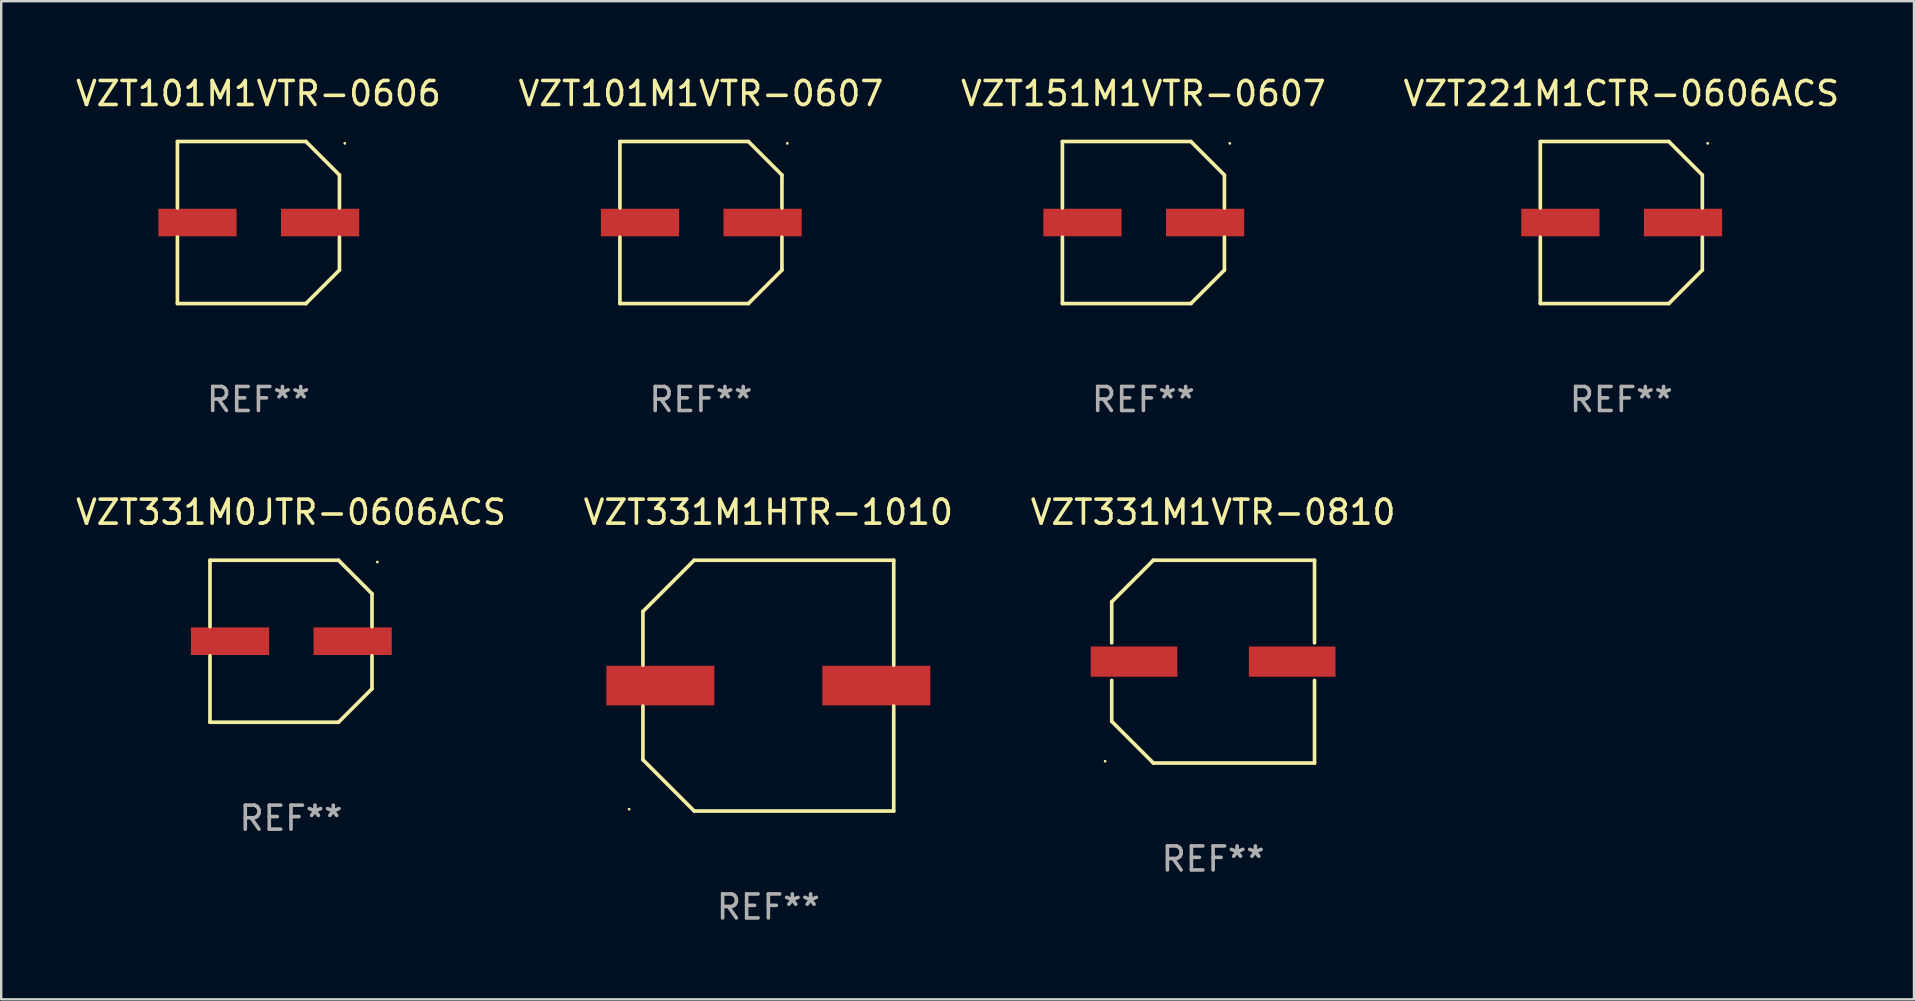
<source format=kicad_pcb>
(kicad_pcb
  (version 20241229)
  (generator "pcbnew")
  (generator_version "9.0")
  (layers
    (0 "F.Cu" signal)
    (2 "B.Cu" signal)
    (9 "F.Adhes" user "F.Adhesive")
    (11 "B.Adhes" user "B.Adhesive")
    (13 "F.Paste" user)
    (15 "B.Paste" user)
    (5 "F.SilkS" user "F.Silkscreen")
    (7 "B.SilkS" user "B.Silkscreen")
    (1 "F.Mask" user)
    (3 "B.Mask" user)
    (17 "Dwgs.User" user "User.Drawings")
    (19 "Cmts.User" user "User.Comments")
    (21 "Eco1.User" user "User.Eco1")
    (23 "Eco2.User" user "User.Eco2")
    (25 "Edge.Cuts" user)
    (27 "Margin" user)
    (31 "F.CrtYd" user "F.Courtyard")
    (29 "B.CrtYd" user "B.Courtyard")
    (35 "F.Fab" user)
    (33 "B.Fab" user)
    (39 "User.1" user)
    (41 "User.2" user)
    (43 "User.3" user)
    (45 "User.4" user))
  (footprint "VZT101M1VTR-0606"
    (layer "F.Cu")
    (at 7.72 6.224)
    (property "Reference" "VZT101M1VTR-0606" (at 0 -5.376 0) (layer "F.SilkS") (effects (font (size 1 1) (thickness 0.15))))
    (attr through_hole)
    (fp_line (start -3.376 -3.376) (end 1.98 -3.376) (stroke (width 0.152) (type solid)) (layer "F.SilkS"))
    (fp_line (start -3.376 -0.607) (end -3.376 -3.376) (stroke (width 0.152) (type solid)) (layer "F.SilkS"))
    (fp_line (start -3.376 0.607) (end -3.376 3.376) (stroke (width 0.152) (type solid)) (layer "F.SilkS"))
    (fp_line (start -3.376 3.376) (end 1.98 3.376) (stroke (width 0.152) (type solid)) (layer "F.SilkS"))
    (fp_line (start 1.98 -3.376) (end 3.376 -1.98) (stroke (width 0.152) (type solid)) (layer "F.SilkS"))
    (fp_line (start 1.98 3.376) (end 3.376 1.98) (stroke (width 0.152) (type solid)) (layer "F.SilkS"))
    (fp_line (start 3.376 -1.98) (end 3.376 -0.607) (stroke (width 0.152) (type solid)) (layer "F.SilkS"))
    (fp_line (start 3.376 1.98) (end 3.376 0.607) (stroke (width 0.152) (type solid)) (layer "F.SilkS"))
    (fp_circle (center 3.6 -3.3) (end 3.63 -3.3) (stroke (width 0.06) (type solid)) (fill no) (layer "F.SilkS"))
    (fp_text user "REF**" (at 0 7.376 0) (layer "F.Fab") (effects (font (size 1 1) (thickness 0.15))))
    (pad "1" smd rect (at 2.57 0 180) (size 3.26 1.15) (layers "F.Cu" "F.Mask" "F.Paste"))
    (pad "2" smd rect (at -2.54 0 180) (size 3.26 1.15) (layers "F.Cu" "F.Mask" "F.Paste")))
  (footprint "VZT151M1VTR-0607"
    (layer "F.Cu")
    (at 44.601 6.224)
    (property "Reference" "VZT151M1VTR-0607" (at 0 -5.376 0) (layer "F.SilkS") (effects (font (size 1 1) (thickness 0.15))))
    (attr through_hole)
    (fp_line (start -3.376 -3.376) (end 1.98 -3.376) (stroke (width 0.152) (type solid)) (layer "F.SilkS"))
    (fp_line (start -3.376 -0.607) (end -3.376 -3.376) (stroke (width 0.152) (type solid)) (layer "F.SilkS"))
    (fp_line (start -3.376 0.607) (end -3.376 3.376) (stroke (width 0.152) (type solid)) (layer "F.SilkS"))
    (fp_line (start -3.376 3.376) (end 1.98 3.376) (stroke (width 0.152) (type solid)) (layer "F.SilkS"))
    (fp_line (start 1.98 -3.376) (end 3.376 -1.98) (stroke (width 0.152) (type solid)) (layer "F.SilkS"))
    (fp_line (start 1.98 3.376) (end 3.376 1.98) (stroke (width 0.152) (type solid)) (layer "F.SilkS"))
    (fp_line (start 3.376 -1.98) (end 3.376 -0.607) (stroke (width 0.152) (type solid)) (layer "F.SilkS"))
    (fp_line (start 3.376 1.98) (end 3.376 0.607) (stroke (width 0.152) (type solid)) (layer "F.SilkS"))
    (fp_circle (center 3.6 -3.3) (end 3.63 -3.3) (stroke (width 0.06) (type solid)) (fill no) (layer "F.SilkS"))
    (fp_text user "REF**" (at 0 7.376 0) (layer "F.Fab") (effects (font (size 1 1) (thickness 0.15))))
    (pad "1" smd rect (at 2.57 0 180) (size 3.26 1.15) (layers "F.Cu" "F.Mask" "F.Paste"))
    (pad "2" smd rect (at -2.54 0 180) (size 3.26 1.15) (layers "F.Cu" "F.Mask" "F.Paste")))
  (footprint "VZT331M1HTR-1010"
    (layer "F.Cu")
    (at 28.97 25.523)
    (property "Reference" "VZT331M1HTR-1010" (at 0 -7.226 0) (layer "F.SilkS") (effects (font (size 1 1) (thickness 0.15))))
    (attr through_hole)
    (fp_line (start -5.226 -3.09) (end -5.226 -0.852) (stroke (width 0.152) (type solid)) (layer "F.SilkS"))
    (fp_line (start -5.226 3.09) (end -5.226 0.852) (stroke (width 0.152) (type solid)) (layer "F.SilkS"))
    (fp_line (start -3.09 -5.226) (end -5.226 -3.09) (stroke (width 0.152) (type solid)) (layer "F.SilkS"))
    (fp_line (start -3.09 5.226) (end -5.226 3.09) (stroke (width 0.152) (type solid)) (layer "F.SilkS"))
    (fp_line (start 5.226 -5.226) (end -3.09 -5.226) (stroke (width 0.152) (type solid)) (layer "F.SilkS"))
    (fp_line (start 5.226 -0.852) (end 5.226 -5.226) (stroke (width 0.152) (type solid)) (layer "F.SilkS"))
    (fp_line (start 5.226 0.852) (end 5.226 5.226) (stroke (width 0.152) (type solid)) (layer "F.SilkS"))
    (fp_line (start 5.226 5.226) (end -3.09 5.226) (stroke (width 0.152) (type solid)) (layer "F.SilkS"))
    (fp_circle (center -5.8 5.15) (end -5.77 5.15) (stroke (width 0.06) (type solid)) (fill no) (layer "F.SilkS"))
    (fp_text user "REF**" (at 0 9.226 0) (layer "F.Fab") (effects (font (size 1 1) (thickness 0.15))))
    (pad "1" smd rect (at -4.5 0) (size 4.5 1.65) (layers "F.Cu" "F.Mask" "F.Paste"))
    (pad "2" smd rect (at 4.5 0) (size 4.5 1.65) (layers "F.Cu" "F.Mask" "F.Paste")))
  (footprint "VZT221M1CTR-0606ACS"
    (layer "F.Cu")
    (at 64.518 6.224)
    (property "Reference" "VZT221M1CTR-0606ACS" (at 0 -5.376 0) (layer "F.SilkS") (effects (font (size 1 1) (thickness 0.15))))
    (attr through_hole)
    (fp_line (start -3.376 -3.376) (end 1.98 -3.376) (stroke (width 0.152) (type solid)) (layer "F.SilkS"))
    (fp_line (start -3.376 -0.607) (end -3.376 -3.376) (stroke (width 0.152) (type solid)) (layer "F.SilkS"))
    (fp_line (start -3.376 0.607) (end -3.376 3.376) (stroke (width 0.152) (type solid)) (layer "F.SilkS"))
    (fp_line (start -3.376 3.376) (end 1.98 3.376) (stroke (width 0.152) (type solid)) (layer "F.SilkS"))
    (fp_line (start 1.98 -3.376) (end 3.376 -1.98) (stroke (width 0.152) (type solid)) (layer "F.SilkS"))
    (fp_line (start 1.98 3.376) (end 3.376 1.98) (stroke (width 0.152) (type solid)) (layer "F.SilkS"))
    (fp_line (start 3.376 -1.98) (end 3.376 -0.607) (stroke (width 0.152) (type solid)) (layer "F.SilkS"))
    (fp_line (start 3.376 1.98) (end 3.376 0.607) (stroke (width 0.152) (type solid)) (layer "F.SilkS"))
    (fp_circle (center 3.6 -3.3) (end 3.63 -3.3) (stroke (width 0.06) (type solid)) (fill no) (layer "F.SilkS"))
    (fp_text user "REF**" (at 0 7.376 0) (layer "F.Fab") (effects (font (size 1 1) (thickness 0.15))))
    (pad "1" smd rect (at 2.57 0 180) (size 3.26 1.15) (layers "F.Cu" "F.Mask" "F.Paste"))
    (pad "2" smd rect (at -2.54 0 180) (size 3.26 1.15) (layers "F.Cu" "F.Mask" "F.Paste")))
  (footprint "VZT101M1VTR-0607"
    (layer "F.Cu")
    (at 26.161 6.224)
    (property "Reference" "VZT101M1VTR-0607" (at 0 -5.376 0) (layer "F.SilkS") (effects (font (size 1 1) (thickness 0.15))))
    (attr through_hole)
    (fp_line (start -3.376 -3.376) (end 1.98 -3.376) (stroke (width 0.152) (type solid)) (layer "F.SilkS"))
    (fp_line (start -3.376 -0.607) (end -3.376 -3.376) (stroke (width 0.152) (type solid)) (layer "F.SilkS"))
    (fp_line (start -3.376 0.607) (end -3.376 3.376) (stroke (width 0.152) (type solid)) (layer "F.SilkS"))
    (fp_line (start -3.376 3.376) (end 1.98 3.376) (stroke (width 0.152) (type solid)) (layer "F.SilkS"))
    (fp_line (start 1.98 -3.376) (end 3.376 -1.98) (stroke (width 0.152) (type solid)) (layer "F.SilkS"))
    (fp_line (start 1.98 3.376) (end 3.376 1.98) (stroke (width 0.152) (type solid)) (layer "F.SilkS"))
    (fp_line (start 3.376 -1.98) (end 3.376 -0.607) (stroke (width 0.152) (type solid)) (layer "F.SilkS"))
    (fp_line (start 3.376 1.98) (end 3.376 0.607) (stroke (width 0.152) (type solid)) (layer "F.SilkS"))
    (fp_circle (center 3.6 -3.3) (end 3.63 -3.3) (stroke (width 0.06) (type solid)) (fill no) (layer "F.SilkS"))
    (fp_text user "REF**" (at 0 7.376 0) (layer "F.Fab") (effects (font (size 1 1) (thickness 0.15))))
    (pad "1" smd rect (at 2.57 0 180) (size 3.26 1.15) (layers "F.Cu" "F.Mask" "F.Paste"))
    (pad "2" smd rect (at -2.54 0 180) (size 3.26 1.15) (layers "F.Cu" "F.Mask" "F.Paste")))
  (footprint "VZT331M0JTR-0606ACS"
    (layer "F.Cu")
    (at 9.077 23.673)
    (property "Reference" "VZT331M0JTR-0606ACS" (at 0 -5.376 0) (layer "F.SilkS") (effects (font (size 1 1) (thickness 0.15))))
    (attr through_hole)
    (fp_line (start -3.376 -3.376) (end 1.98 -3.376) (stroke (width 0.152) (type solid)) (layer "F.SilkS"))
    (fp_line (start -3.376 -0.607) (end -3.376 -3.376) (stroke (width 0.152) (type solid)) (layer "F.SilkS"))
    (fp_line (start -3.376 0.607) (end -3.376 3.376) (stroke (width 0.152) (type solid)) (layer "F.SilkS"))
    (fp_line (start -3.376 3.376) (end 1.98 3.376) (stroke (width 0.152) (type solid)) (layer "F.SilkS"))
    (fp_line (start 1.98 -3.376) (end 3.376 -1.98) (stroke (width 0.152) (type solid)) (layer "F.SilkS"))
    (fp_line (start 1.98 3.376) (end 3.376 1.98) (stroke (width 0.152) (type solid)) (layer "F.SilkS"))
    (fp_line (start 3.376 -1.98) (end 3.376 -0.607) (stroke (width 0.152) (type solid)) (layer "F.SilkS"))
    (fp_line (start 3.376 1.98) (end 3.376 0.607) (stroke (width 0.152) (type solid)) (layer "F.SilkS"))
    (fp_circle (center 3.6 -3.3) (end 3.63 -3.3) (stroke (width 0.06) (type solid)) (fill no) (layer "F.SilkS"))
    (fp_text user "REF**" (at 0 7.376 0) (layer "F.Fab") (effects (font (size 1 1) (thickness 0.15))))
    (pad "1" smd rect (at 2.57 0 180) (size 3.26 1.15) (layers "F.Cu" "F.Mask" "F.Paste"))
    (pad "2" smd rect (at -2.54 0 180) (size 3.26 1.15) (layers "F.Cu" "F.Mask" "F.Paste")))
  (footprint "VZT331M1VTR-0810"
    (layer "F.Cu")
    (at 47.506 24.523)
    (property "Reference" "VZT331M1VTR-0810" (at 0 -6.226 0) (layer "F.SilkS") (effects (font (size 1 1) (thickness 0.15))))
    (attr through_hole)
    (fp_line (start -4.226 -2.49) (end -4.226 -0.782) (stroke (width 0.152) (type solid)) (layer "F.SilkS"))
    (fp_line (start -4.226 2.49) (end -4.226 0.782) (stroke (width 0.152) (type solid)) (layer "F.SilkS"))
    (fp_line (start -2.49 -4.226) (end -4.226 -2.49) (stroke (width 0.152) (type solid)) (layer "F.SilkS"))
    (fp_line (start -2.49 4.226) (end -4.226 2.49) (stroke (width 0.152) (type solid)) (layer "F.SilkS"))
    (fp_line (start 4.226 -4.226) (end -2.49 -4.226) (stroke (width 0.152) (type solid)) (layer "F.SilkS"))
    (fp_line (start 4.226 -0.782) (end 4.226 -4.226) (stroke (width 0.152) (type solid)) (layer "F.SilkS"))
    (fp_line (start 4.226 0.782) (end 4.226 4.226) (stroke (width 0.152) (type solid)) (layer "F.SilkS"))
    (fp_line (start 4.226 4.226) (end -2.49 4.226) (stroke (width 0.152) (type solid)) (layer "F.SilkS"))
    (fp_circle (center -4.5 4.15) (end -4.47 4.15) (stroke (width 0.06) (type solid)) (fill no) (layer "F.SilkS"))
    (fp_text user "REF**" (at 0 8.226 0) (layer "F.Fab") (effects (font (size 1 1) (thickness 0.15))))
    (pad "1" smd rect (at -3.295 -0.000076 180) (size 3.61 1.26) (layers "F.Cu" "F.Mask" "F.Paste"))
    (pad "2" smd rect (at 3.295 -0.000076 180) (size 3.61 1.26) (layers "F.Cu" "F.Mask" "F.Paste")))
  (gr_rect
    (start -3 -3)
    (end 76.714 38.598)
    (stroke (width 0.1) (type default))
    (fill no)
    (layer "Edge.Cuts")))
</source>
